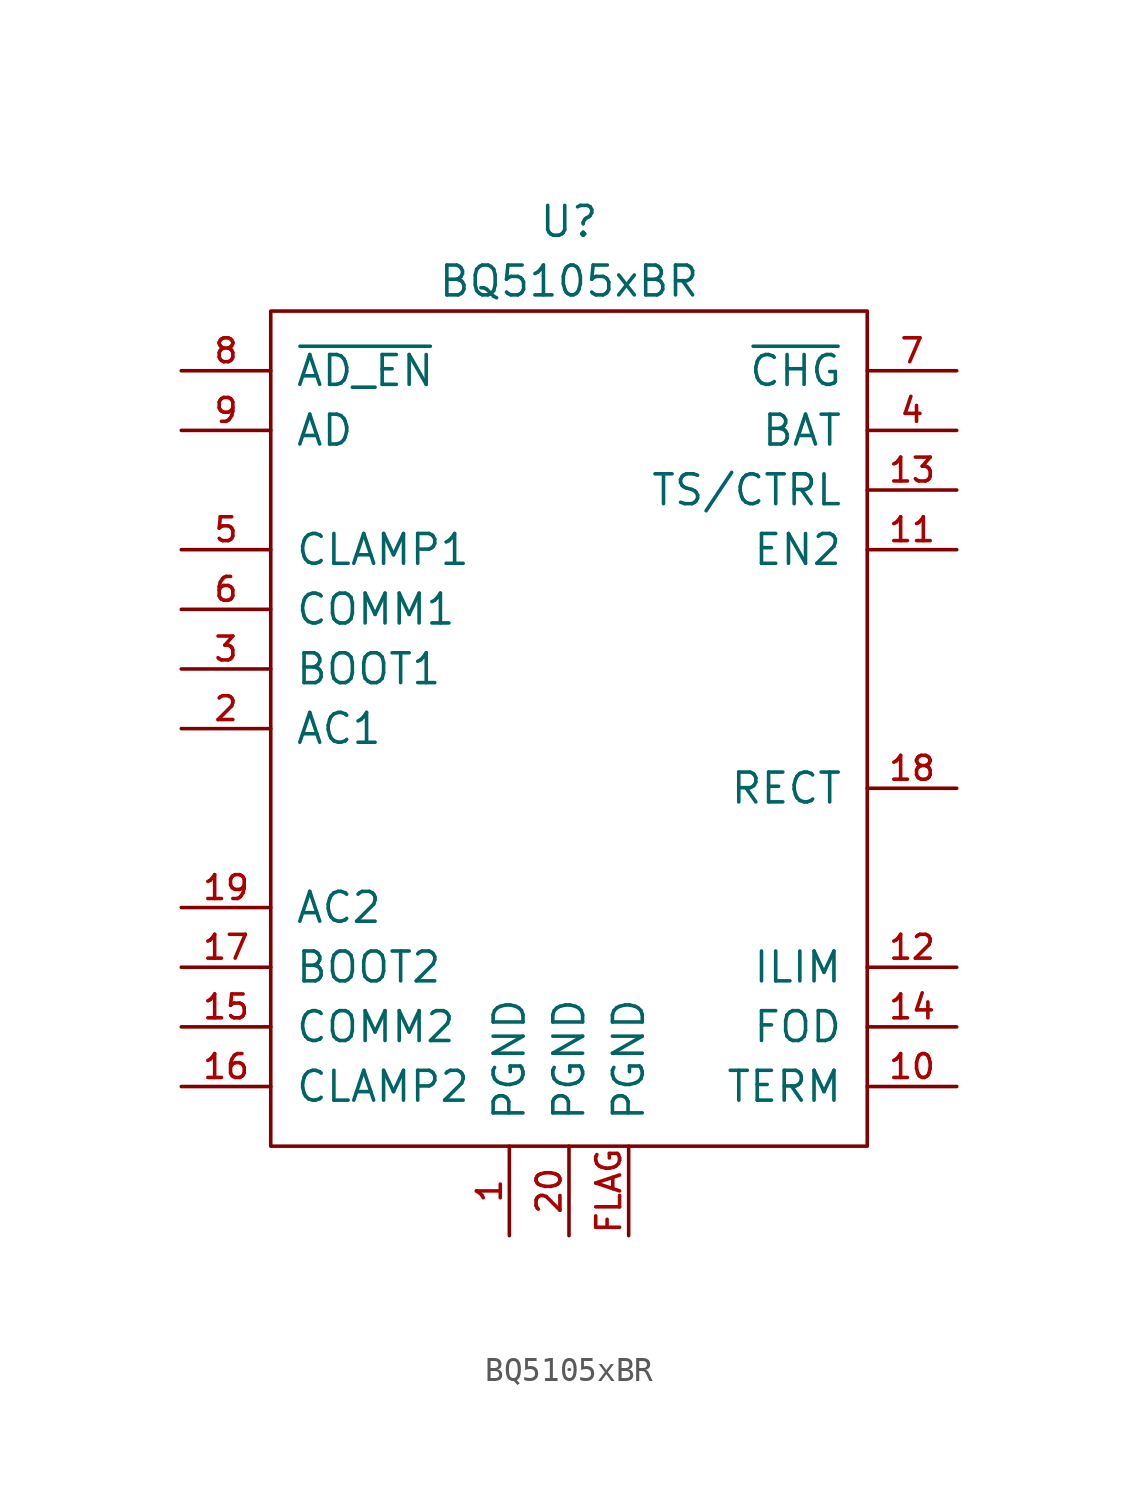
<source format=kicad_sym>
(kicad_symbol_lib
  (version 20211014)
  (generator kicad_symbol_editor)
  (symbol "BQ5105xBR"
    (pin_names
      (offset 1.016))
    (property "Reference" "U"
      (at 0 21.59 0)
      (effects (font (size 1.27 1.27))))
    (property "Value" "BQ5105xBR"
      (at 0 19.05 0)
      (effects (font (size 1.27 1.27))))
    (symbol "BQ5105xBR_0_1"
      (rectangle (start -12.7 17.78) (end 12.7 -17.78) (stroke (width 0) (type default) (color 0 0 0 0)) (fill (type none))))
    (symbol "BQ5105xBR_1_1"
      (pin power_in line (at -2.54 -21.59 90) (length 3.81) (name "PGND" (effects (font (size 1.27 1.27)))) (number "1" (effects (font (size 1.016 1.016)))))
      (pin passive line (at 16.51 -15.24 180) (length 3.81) (name "TERM" (effects (font (size 1.27 1.27)))) (number "10" (effects (font (size 1.016 1.016)))))
      (pin input line (at 16.51 7.62 180) (length 3.81) (name "EN2" (effects (font (size 1.27 1.27)))) (number "11" (effects (font (size 1.016 1.016)))))
      (pin passive line (at 16.51 -10.16 180) (length 3.81) (name "ILIM" (effects (font (size 1.27 1.27)))) (number "12" (effects (font (size 1.016 1.016)))))
      (pin passive line (at 16.51 10.16 180) (length 3.81) (name "TS/CTRL" (effects (font (size 1.27 1.27)))) (number "13" (effects (font (size 1.016 1.016)))))
      (pin passive line (at 16.51 -12.7 180) (length 3.81) (name "FOD" (effects (font (size 1.27 1.27)))) (number "14" (effects (font (size 1.016 1.016)))))
      (pin open_collector line (at -16.51 -12.7 0) (length 3.81) (name "COMM2" (effects (font (size 1.27 1.27)))) (number "15" (effects (font (size 1.016 1.016)))))
      (pin open_collector line (at -16.51 -15.24 0) (length 3.81) (name "CLAMP2" (effects (font (size 1.27 1.27)))) (number "16" (effects (font (size 1.016 1.016)))))
      (pin passive line (at -16.51 -10.16 0) (length 3.81) (name "BOOT2" (effects (font (size 1.27 1.27)))) (number "17" (effects (font (size 1.016 1.016)))))
      (pin passive line (at 16.51 -2.54 180) (length 3.81) (name "RECT" (effects (font (size 1.27 1.27)))) (number "18" (effects (font (size 1.016 1.016)))))
      (pin passive line (at -16.51 -7.62 0) (length 3.81) (name "AC2" (effects (font (size 1.27 1.27)))) (number "19" (effects (font (size 1.016 1.016)))))
      (pin passive line (at -16.51 0 0) (length 3.81) (name "AC1" (effects (font (size 1.27 1.27)))) (number "2" (effects (font (size 1.016 1.016)))))
      (pin power_in line (at 0 -21.59 90) (length 3.81) (name "PGND" (effects (font (size 1.27 1.27)))) (number "20" (effects (font (size 1.016 1.016)))))
      (pin passive line (at -16.51 2.54 0) (length 3.81) (name "BOOT1" (effects (font (size 1.27 1.27)))) (number "3" (effects (font (size 1.016 1.016)))))
      (pin power_out line (at 16.51 12.7 180) (length 3.81) (name "BAT" (effects (font (size 1.27 1.27)))) (number "4" (effects (font (size 1.016 1.016)))))
      (pin open_collector line (at -16.51 7.62 0) (length 3.81) (name "CLAMP1" (effects (font (size 1.27 1.27)))) (number "5" (effects (font (size 1.016 1.016)))))
      (pin open_collector line (at -16.51 5.08 0) (length 3.81) (name "COMM1" (effects (font (size 1.27 1.27)))) (number "6" (effects (font (size 1.016 1.016)))))
      (pin open_collector line (at 16.51 15.24 180) (length 3.81) (name "~{CHG}" (effects (font (size 1.27 1.27)))) (number "7" (effects (font (size 1.016 1.016)))))
      (pin output line (at -16.51 15.24 0) (length 3.81) (name "~{AD_EN}" (effects (font (size 1.27 1.27)))) (number "8" (effects (font (size 1.016 1.016)))))
      (pin input line (at -16.51 12.7 0) (length 3.81) (name "AD" (effects (font (size 1.27 1.27)))) (number "9" (effects (font (size 1.016 1.016)))))
      (pin passive line (at 2.54 -21.59 90) (length 3.81) (name "PGND" (effects (font (size 1.27 1.27)))) (number "FLAG" (effects (font (size 1.016 1.016))))))))
</source>
